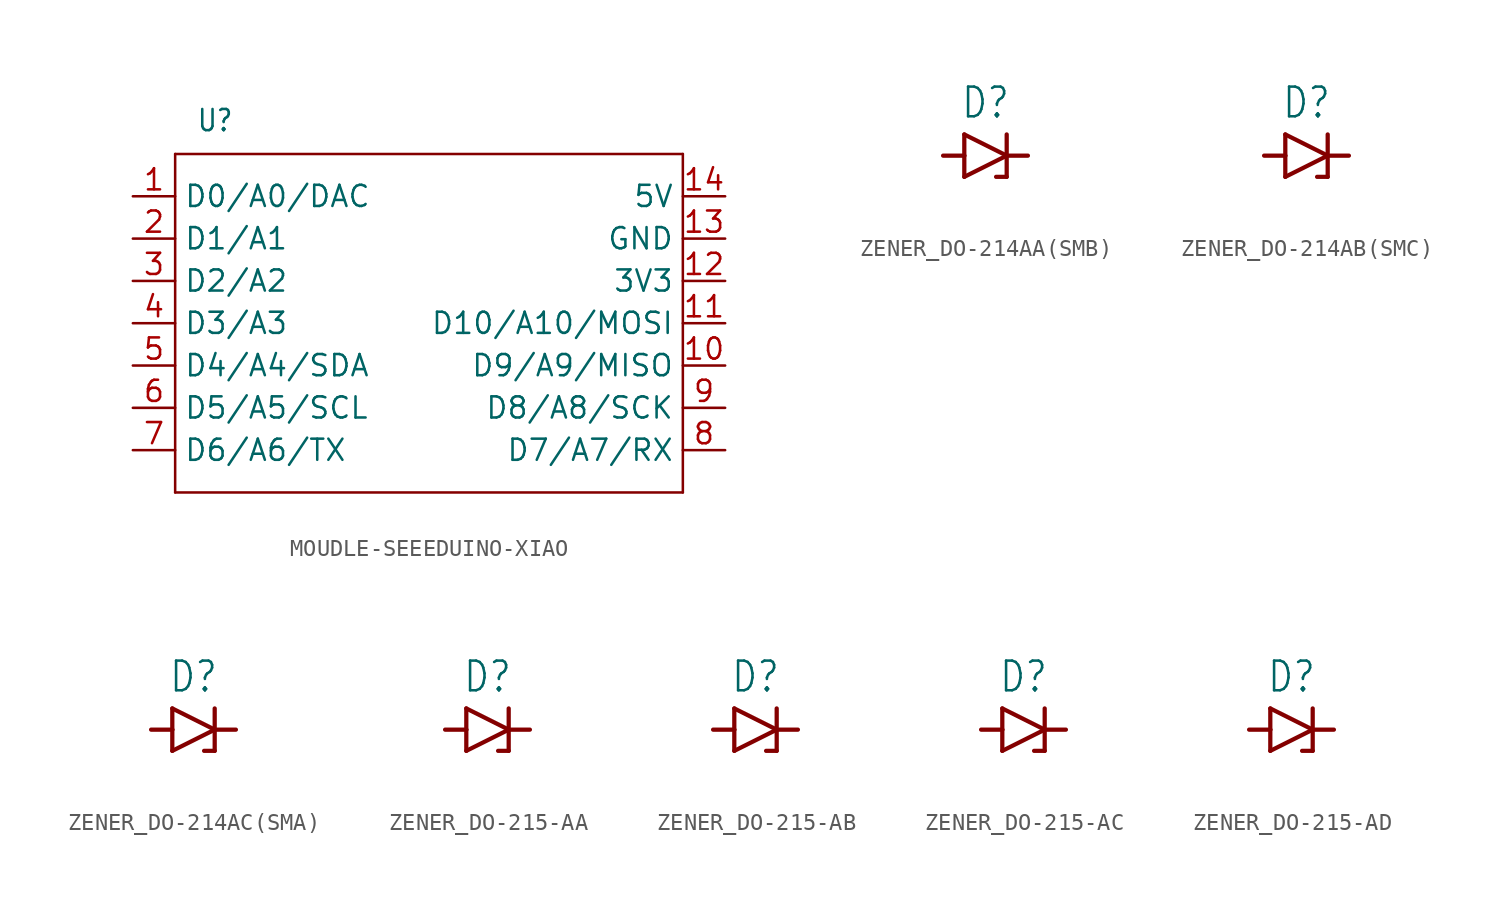
<source format=kicad_sym>
(kicad_symbol_lib
  (version 20220914)
  (generator kicad_symbol_editor)
  (symbol "MOUDLE-SEEEDUINO-XIAO"
    (property "Reference" "U"
      (at -13.97 11.43 0)
      (effects (font (size 1.27 1.079)) (justify left bottom)))
    (property "Value" ""
      (at -13.97 10.16 0)
      (effects (font (size 1.27 1.079)) (justify left bottom)))
    (property "ki_locked" ""
      (at 0 0 0)
      (effects (font (size 1.27 1.27))))
    (symbol "MOUDLE-SEEEDUINO-XIAO_1_0"
      (polyline (pts (xy -15.24 -10.16) (xy -15.24 10.16)) (stroke (width 0.152) (type solid)) (fill (type none)))
      (polyline (pts (xy -15.24 10.16) (xy 15.24 10.16)) (stroke (width 0.152) (type solid)) (fill (type none)))
      (polyline (pts (xy 15.24 -10.16) (xy -15.24 -10.16)) (stroke (width 0.152) (type solid)) (fill (type none)))
      (polyline (pts (xy 15.24 10.16) (xy 15.24 -10.16)) (stroke (width 0.152) (type solid)) (fill (type none)))
      (pin bidirectional line (at -17.78 7.62 0) (length 2.54) (name "D0/A0/DAC" (effects (font (size 1.27 1.27)))) (number "1" (effects (font (size 1.27 1.27)))))
      (pin bidirectional line (at 17.78 -2.54 180) (length 2.54) (name "D9/A9/MISO" (effects (font (size 1.27 1.27)))) (number "10" (effects (font (size 1.27 1.27)))))
      (pin bidirectional line (at 17.78 0 180) (length 2.54) (name "D10/A10/MOSI" (effects (font (size 1.27 1.27)))) (number "11" (effects (font (size 1.27 1.27)))))
      (pin bidirectional line (at 17.78 2.54 180) (length 2.54) (name "3V3" (effects (font (size 1.27 1.27)))) (number "12" (effects (font (size 1.27 1.27)))))
      (pin bidirectional line (at 17.78 5.08 180) (length 2.54) (name "GND" (effects (font (size 1.27 1.27)))) (number "13" (effects (font (size 1.27 1.27)))))
      (pin bidirectional line (at 17.78 7.62 180) (length 2.54) (name "5V" (effects (font (size 1.27 1.27)))) (number "14" (effects (font (size 1.27 1.27)))))
      (pin bidirectional line (at -17.78 5.08 0) (length 2.54) (name "D1/A1" (effects (font (size 1.27 1.27)))) (number "2" (effects (font (size 1.27 1.27)))))
      (pin bidirectional line (at -17.78 2.54 0) (length 2.54) (name "D2/A2" (effects (font (size 1.27 1.27)))) (number "3" (effects (font (size 1.27 1.27)))))
      (pin bidirectional line (at -17.78 0 0) (length 2.54) (name "D3/A3" (effects (font (size 1.27 1.27)))) (number "4" (effects (font (size 1.27 1.27)))))
      (pin bidirectional line (at -17.78 -2.54 0) (length 2.54) (name "D4/A4/SDA" (effects (font (size 1.27 1.27)))) (number "5" (effects (font (size 1.27 1.27)))))
      (pin bidirectional line (at -17.78 -5.08 0) (length 2.54) (name "D5/A5/SCL" (effects (font (size 1.27 1.27)))) (number "6" (effects (font (size 1.27 1.27)))))
      (pin bidirectional line (at -17.78 -7.62 0) (length 2.54) (name "D6/A6/TX" (effects (font (size 1.27 1.27)))) (number "7" (effects (font (size 1.27 1.27)))))
      (pin bidirectional line (at 17.78 -7.62 180) (length 2.54) (name "D7/A7/RX" (effects (font (size 1.27 1.27)))) (number "8" (effects (font (size 1.27 1.27)))))
      (pin bidirectional line (at 17.78 -5.08 180) (length 2.54) (name "D8/A8/SCK" (effects (font (size 1.27 1.27)))) (number "9" (effects (font (size 1.27 1.27)))))))
  (symbol "ZENER_DO-214AA(SMB)"
    (property "Reference" "D"
      (at 0 3.175 0)
      (effects (font (size 1.778 1.511))))
    (property "Value" ""
      (at 0 -3.429 0)
      (effects (font (size 1.778 1.511))))
    (property "ki_locked" ""
      (at 0 0 0)
      (effects (font (size 1.27 1.27))))
    (symbol "ZENER_DO-214AA(SMB)_1_0"
      (polyline (pts (xy -1.27 -1.27) (xy 1.27 0)) (stroke (width 0.254) (type solid)) (fill (type none)))
      (polyline (pts (xy -1.27 0) (xy -2.54 0)) (stroke (width 0.254) (type solid)) (fill (type none)))
      (polyline (pts (xy -1.27 0) (xy -1.27 -1.27)) (stroke (width 0.254) (type solid)) (fill (type none)))
      (polyline (pts (xy -1.27 1.27) (xy -1.27 0)) (stroke (width 0.254) (type solid)) (fill (type none)))
      (polyline (pts (xy 1.27 -1.27) (xy 0.635 -1.27)) (stroke (width 0.254) (type solid)) (fill (type none)))
      (polyline (pts (xy 1.27 0) (xy -1.27 1.27)) (stroke (width 0.254) (type solid)) (fill (type none)))
      (polyline (pts (xy 1.27 0) (xy 1.27 -1.27)) (stroke (width 0.254) (type solid)) (fill (type none)))
      (polyline (pts (xy 1.27 0) (xy 2.54 0)) (stroke (width 0.254) (type solid)) (fill (type none)))
      (polyline (pts (xy 1.27 1.27) (xy 1.27 0)) (stroke (width 0.254) (type solid)) (fill (type none)))
      (pin passive line (at 2.54 0 180) (length 0) (name "C" (effects (font (size 0 0)))) (number "1" (effects (font (size 0 0)))))
      (pin passive line (at -2.54 0 0) (length 0) (name "A" (effects (font (size 0 0)))) (number "2" (effects (font (size 0 0)))))))
  (symbol "ZENER_DO-214AB(SMC)"
    (property "Reference" "D"
      (at 0 3.175 0)
      (effects (font (size 1.778 1.511))))
    (property "Value" ""
      (at 0 -3.429 0)
      (effects (font (size 1.778 1.511))))
    (property "ki_locked" ""
      (at 0 0 0)
      (effects (font (size 1.27 1.27))))
    (symbol "ZENER_DO-214AB(SMC)_1_0"
      (polyline (pts (xy -1.27 -1.27) (xy 1.27 0)) (stroke (width 0.254) (type solid)) (fill (type none)))
      (polyline (pts (xy -1.27 0) (xy -2.54 0)) (stroke (width 0.254) (type solid)) (fill (type none)))
      (polyline (pts (xy -1.27 0) (xy -1.27 -1.27)) (stroke (width 0.254) (type solid)) (fill (type none)))
      (polyline (pts (xy -1.27 1.27) (xy -1.27 0)) (stroke (width 0.254) (type solid)) (fill (type none)))
      (polyline (pts (xy 1.27 -1.27) (xy 0.635 -1.27)) (stroke (width 0.254) (type solid)) (fill (type none)))
      (polyline (pts (xy 1.27 0) (xy -1.27 1.27)) (stroke (width 0.254) (type solid)) (fill (type none)))
      (polyline (pts (xy 1.27 0) (xy 1.27 -1.27)) (stroke (width 0.254) (type solid)) (fill (type none)))
      (polyline (pts (xy 1.27 0) (xy 2.54 0)) (stroke (width 0.254) (type solid)) (fill (type none)))
      (polyline (pts (xy 1.27 1.27) (xy 1.27 0)) (stroke (width 0.254) (type solid)) (fill (type none)))
      (pin passive line (at 2.54 0 180) (length 0) (name "C" (effects (font (size 0 0)))) (number "1" (effects (font (size 0 0)))))
      (pin passive line (at -2.54 0 0) (length 0) (name "A" (effects (font (size 0 0)))) (number "2" (effects (font (size 0 0)))))))
  (symbol "ZENER_DO-214AC(SMA)"
    (property "Reference" "D"
      (at 0 3.175 0)
      (effects (font (size 1.778 1.511))))
    (property "Value" ""
      (at 0 -3.429 0)
      (effects (font (size 1.778 1.511))))
    (property "ki_locked" ""
      (at 0 0 0)
      (effects (font (size 1.27 1.27))))
    (symbol "ZENER_DO-214AC(SMA)_1_0"
      (polyline (pts (xy -1.27 -1.27) (xy 1.27 0)) (stroke (width 0.254) (type solid)) (fill (type none)))
      (polyline (pts (xy -1.27 0) (xy -2.54 0)) (stroke (width 0.254) (type solid)) (fill (type none)))
      (polyline (pts (xy -1.27 0) (xy -1.27 -1.27)) (stroke (width 0.254) (type solid)) (fill (type none)))
      (polyline (pts (xy -1.27 1.27) (xy -1.27 0)) (stroke (width 0.254) (type solid)) (fill (type none)))
      (polyline (pts (xy 1.27 -1.27) (xy 0.635 -1.27)) (stroke (width 0.254) (type solid)) (fill (type none)))
      (polyline (pts (xy 1.27 0) (xy -1.27 1.27)) (stroke (width 0.254) (type solid)) (fill (type none)))
      (polyline (pts (xy 1.27 0) (xy 1.27 -1.27)) (stroke (width 0.254) (type solid)) (fill (type none)))
      (polyline (pts (xy 1.27 0) (xy 2.54 0)) (stroke (width 0.254) (type solid)) (fill (type none)))
      (polyline (pts (xy 1.27 1.27) (xy 1.27 0)) (stroke (width 0.254) (type solid)) (fill (type none)))
      (pin passive line (at 2.54 0 180) (length 0) (name "C" (effects (font (size 0 0)))) (number "1" (effects (font (size 0 0)))))
      (pin passive line (at -2.54 0 0) (length 0) (name "A" (effects (font (size 0 0)))) (number "2" (effects (font (size 0 0)))))))
  (symbol "ZENER_DO-215-AA"
    (property "Reference" "D"
      (at 0 3.175 0)
      (effects (font (size 1.778 1.511))))
    (property "Value" ""
      (at 0 -3.429 0)
      (effects (font (size 1.778 1.511))))
    (property "ki_locked" ""
      (at 0 0 0)
      (effects (font (size 1.27 1.27))))
    (symbol "ZENER_DO-215-AA_1_0"
      (polyline (pts (xy -1.27 -1.27) (xy 1.27 0)) (stroke (width 0.254) (type solid)) (fill (type none)))
      (polyline (pts (xy -1.27 0) (xy -2.54 0)) (stroke (width 0.254) (type solid)) (fill (type none)))
      (polyline (pts (xy -1.27 0) (xy -1.27 -1.27)) (stroke (width 0.254) (type solid)) (fill (type none)))
      (polyline (pts (xy -1.27 1.27) (xy -1.27 0)) (stroke (width 0.254) (type solid)) (fill (type none)))
      (polyline (pts (xy 1.27 -1.27) (xy 0.635 -1.27)) (stroke (width 0.254) (type solid)) (fill (type none)))
      (polyline (pts (xy 1.27 0) (xy -1.27 1.27)) (stroke (width 0.254) (type solid)) (fill (type none)))
      (polyline (pts (xy 1.27 0) (xy 1.27 -1.27)) (stroke (width 0.254) (type solid)) (fill (type none)))
      (polyline (pts (xy 1.27 0) (xy 2.54 0)) (stroke (width 0.254) (type solid)) (fill (type none)))
      (polyline (pts (xy 1.27 1.27) (xy 1.27 0)) (stroke (width 0.254) (type solid)) (fill (type none)))
      (pin passive line (at 2.54 0 180) (length 0) (name "C" (effects (font (size 0 0)))) (number "1" (effects (font (size 0 0)))))
      (pin passive line (at -2.54 0 0) (length 0) (name "A" (effects (font (size 0 0)))) (number "2" (effects (font (size 0 0)))))))
  (symbol "ZENER_DO-215-AB"
    (property "Reference" "D"
      (at 0 3.175 0)
      (effects (font (size 1.778 1.511))))
    (property "Value" ""
      (at 0 -3.429 0)
      (effects (font (size 1.778 1.511))))
    (property "ki_locked" ""
      (at 0 0 0)
      (effects (font (size 1.27 1.27))))
    (symbol "ZENER_DO-215-AB_1_0"
      (polyline (pts (xy -1.27 -1.27) (xy 1.27 0)) (stroke (width 0.254) (type solid)) (fill (type none)))
      (polyline (pts (xy -1.27 0) (xy -2.54 0)) (stroke (width 0.254) (type solid)) (fill (type none)))
      (polyline (pts (xy -1.27 0) (xy -1.27 -1.27)) (stroke (width 0.254) (type solid)) (fill (type none)))
      (polyline (pts (xy -1.27 1.27) (xy -1.27 0)) (stroke (width 0.254) (type solid)) (fill (type none)))
      (polyline (pts (xy 1.27 -1.27) (xy 0.635 -1.27)) (stroke (width 0.254) (type solid)) (fill (type none)))
      (polyline (pts (xy 1.27 0) (xy -1.27 1.27)) (stroke (width 0.254) (type solid)) (fill (type none)))
      (polyline (pts (xy 1.27 0) (xy 1.27 -1.27)) (stroke (width 0.254) (type solid)) (fill (type none)))
      (polyline (pts (xy 1.27 0) (xy 2.54 0)) (stroke (width 0.254) (type solid)) (fill (type none)))
      (polyline (pts (xy 1.27 1.27) (xy 1.27 0)) (stroke (width 0.254) (type solid)) (fill (type none)))
      (pin passive line (at 2.54 0 180) (length 0) (name "C" (effects (font (size 0 0)))) (number "1" (effects (font (size 0 0)))))
      (pin passive line (at -2.54 0 0) (length 0) (name "A" (effects (font (size 0 0)))) (number "2" (effects (font (size 0 0)))))))
  (symbol "ZENER_DO-215-AC"
    (property "Reference" "D"
      (at 0 3.175 0)
      (effects (font (size 1.778 1.511))))
    (property "Value" ""
      (at 0 -3.429 0)
      (effects (font (size 1.778 1.511))))
    (property "ki_locked" ""
      (at 0 0 0)
      (effects (font (size 1.27 1.27))))
    (symbol "ZENER_DO-215-AC_1_0"
      (polyline (pts (xy -1.27 -1.27) (xy 1.27 0)) (stroke (width 0.254) (type solid)) (fill (type none)))
      (polyline (pts (xy -1.27 0) (xy -2.54 0)) (stroke (width 0.254) (type solid)) (fill (type none)))
      (polyline (pts (xy -1.27 0) (xy -1.27 -1.27)) (stroke (width 0.254) (type solid)) (fill (type none)))
      (polyline (pts (xy -1.27 1.27) (xy -1.27 0)) (stroke (width 0.254) (type solid)) (fill (type none)))
      (polyline (pts (xy 1.27 -1.27) (xy 0.635 -1.27)) (stroke (width 0.254) (type solid)) (fill (type none)))
      (polyline (pts (xy 1.27 0) (xy -1.27 1.27)) (stroke (width 0.254) (type solid)) (fill (type none)))
      (polyline (pts (xy 1.27 0) (xy 1.27 -1.27)) (stroke (width 0.254) (type solid)) (fill (type none)))
      (polyline (pts (xy 1.27 0) (xy 2.54 0)) (stroke (width 0.254) (type solid)) (fill (type none)))
      (polyline (pts (xy 1.27 1.27) (xy 1.27 0)) (stroke (width 0.254) (type solid)) (fill (type none)))
      (pin passive line (at 2.54 0 180) (length 0) (name "C" (effects (font (size 0 0)))) (number "1" (effects (font (size 0 0)))))
      (pin passive line (at -2.54 0 0) (length 0) (name "A" (effects (font (size 0 0)))) (number "2" (effects (font (size 0 0)))))))
  (symbol "ZENER_DO-215-AD"
    (property "Reference" "D"
      (at 0 3.175 0)
      (effects (font (size 1.778 1.511))))
    (property "Value" ""
      (at 0 -3.429 0)
      (effects (font (size 1.778 1.511))))
    (property "ki_locked" ""
      (at 0 0 0)
      (effects (font (size 1.27 1.27))))
    (symbol "ZENER_DO-215-AD_1_0"
      (polyline (pts (xy -1.27 -1.27) (xy 1.27 0)) (stroke (width 0.254) (type solid)) (fill (type none)))
      (polyline (pts (xy -1.27 0) (xy -2.54 0)) (stroke (width 0.254) (type solid)) (fill (type none)))
      (polyline (pts (xy -1.27 0) (xy -1.27 -1.27)) (stroke (width 0.254) (type solid)) (fill (type none)))
      (polyline (pts (xy -1.27 1.27) (xy -1.27 0)) (stroke (width 0.254) (type solid)) (fill (type none)))
      (polyline (pts (xy 1.27 -1.27) (xy 0.635 -1.27)) (stroke (width 0.254) (type solid)) (fill (type none)))
      (polyline (pts (xy 1.27 0) (xy -1.27 1.27)) (stroke (width 0.254) (type solid)) (fill (type none)))
      (polyline (pts (xy 1.27 0) (xy 1.27 -1.27)) (stroke (width 0.254) (type solid)) (fill (type none)))
      (polyline (pts (xy 1.27 0) (xy 2.54 0)) (stroke (width 0.254) (type solid)) (fill (type none)))
      (polyline (pts (xy 1.27 1.27) (xy 1.27 0)) (stroke (width 0.254) (type solid)) (fill (type none)))
      (pin passive line (at 2.54 0 180) (length 0) (name "C" (effects (font (size 0 0)))) (number "1" (effects (font (size 0 0)))))
      (pin passive line (at -2.54 0 0) (length 0) (name "A" (effects (font (size 0 0)))) (number "2" (effects (font (size 0 0))))))))
</source>
